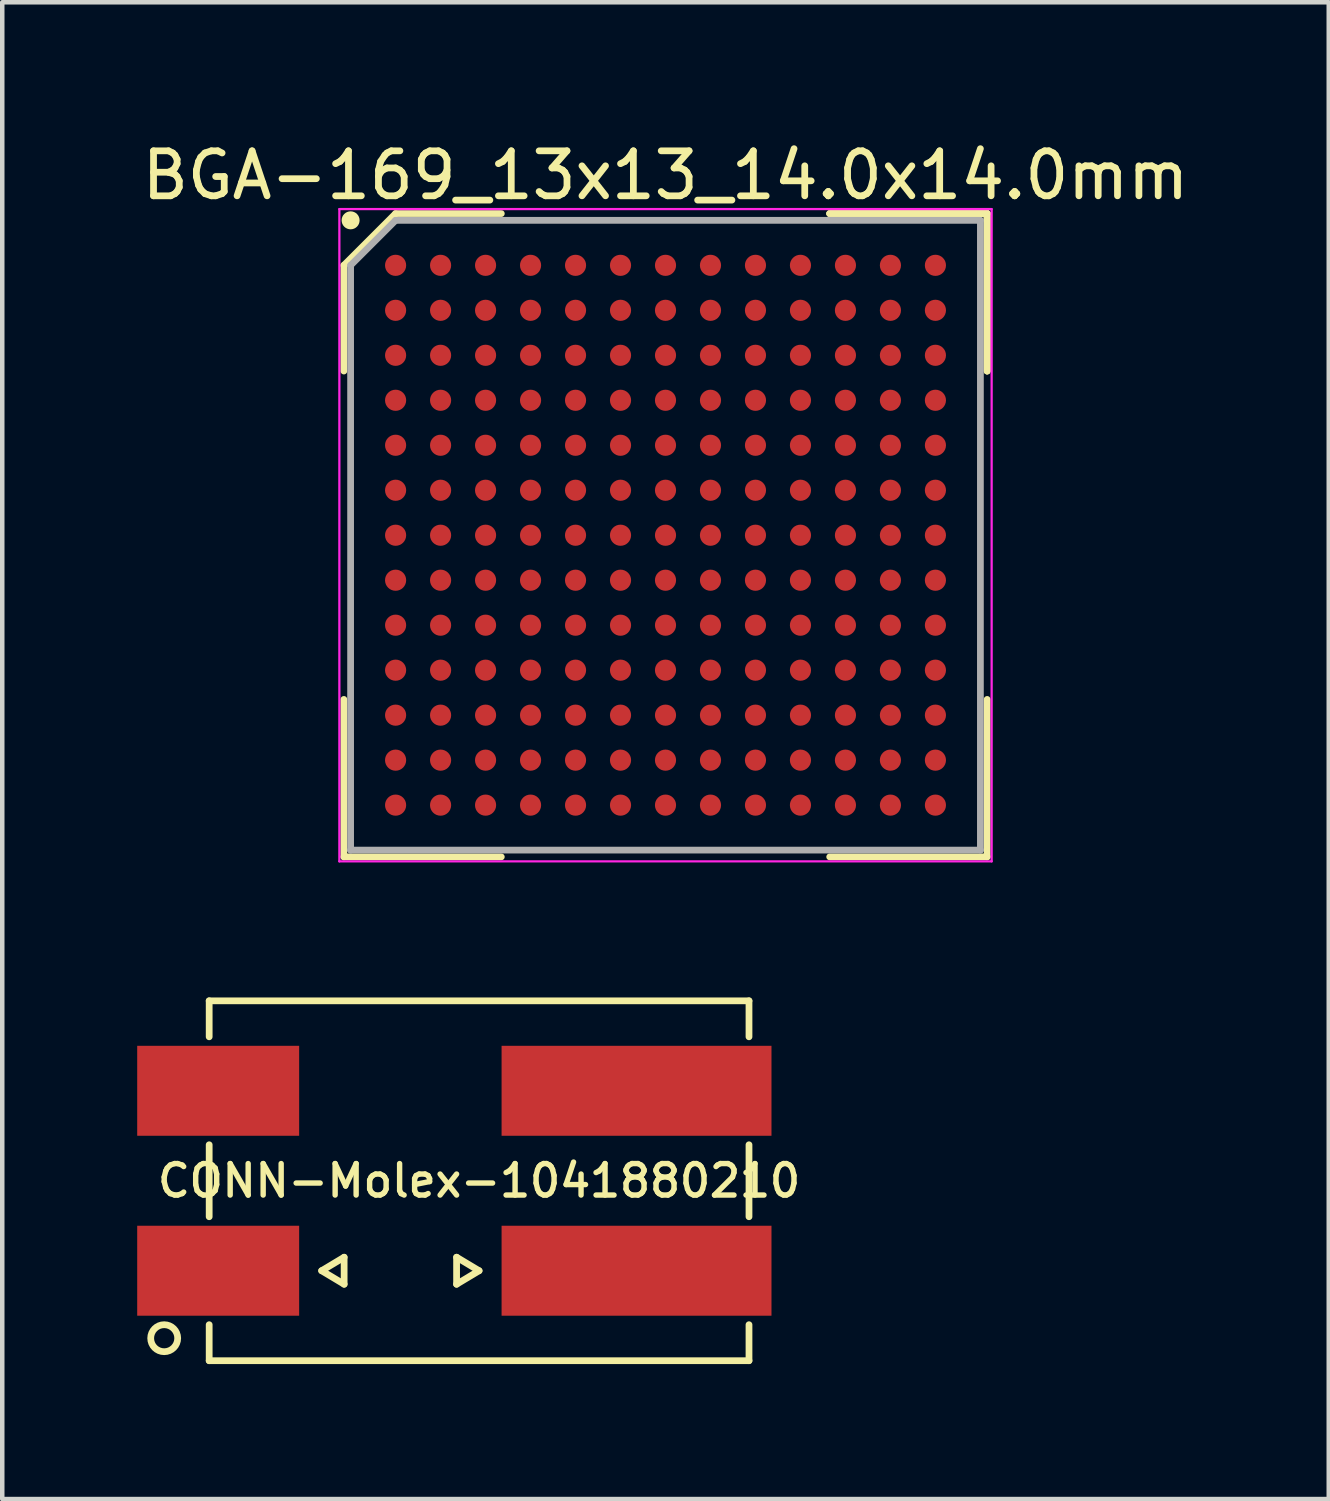
<source format=kicad_pcb>
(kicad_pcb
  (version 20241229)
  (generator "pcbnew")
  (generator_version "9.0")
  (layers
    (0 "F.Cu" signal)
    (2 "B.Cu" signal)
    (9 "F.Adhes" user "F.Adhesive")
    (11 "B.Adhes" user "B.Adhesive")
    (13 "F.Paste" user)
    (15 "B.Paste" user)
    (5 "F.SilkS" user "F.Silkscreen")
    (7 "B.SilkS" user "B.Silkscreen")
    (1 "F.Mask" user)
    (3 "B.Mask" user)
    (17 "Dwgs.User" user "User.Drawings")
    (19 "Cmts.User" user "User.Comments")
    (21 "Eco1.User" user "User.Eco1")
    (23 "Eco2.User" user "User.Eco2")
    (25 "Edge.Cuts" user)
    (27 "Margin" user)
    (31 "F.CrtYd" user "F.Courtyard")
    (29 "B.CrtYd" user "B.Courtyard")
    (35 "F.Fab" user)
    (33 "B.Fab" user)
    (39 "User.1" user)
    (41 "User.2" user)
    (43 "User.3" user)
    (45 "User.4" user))
  (footprint "BGA-169_13x13_14.0x14.0mm"
    (layer "F.Cu")
    (at 11.744 8.848)
    (property "Reference" "BGA-169_13x13_14.0x14.0mm" (at 0 -8 0) (layer "F.SilkS") (effects (font (size 1 1) (thickness 0.15))))
    (attr smd)
    (fp_line (start -7.15 -6) (end -7.15 -3.65) (stroke (width 0.15) (type solid)) (layer "F.SilkS"))
    (fp_line (start -7.15 7.15) (end -7.15 3.65) (stroke (width 0.15) (type solid)) (layer "F.SilkS"))
    (fp_line (start -6 -7.15) (end -7.15 -6) (stroke (width 0.15) (type solid)) (layer "F.SilkS"))
    (fp_line (start -3.65 -7.15) (end -6 -7.15) (stroke (width 0.15) (type solid)) (layer "F.SilkS"))
    (fp_line (start -3.65 7.15) (end -7.15 7.15) (stroke (width 0.15) (type solid)) (layer "F.SilkS"))
    (fp_line (start 3.65 -7.15) (end 7.15 -7.15) (stroke (width 0.15) (type solid)) (layer "F.SilkS"))
    (fp_line (start 3.65 -7.15) (end 7.15 -7.15) (stroke (width 0.15) (type solid)) (layer "F.SilkS"))
    (fp_line (start 3.65 -7.15) (end 7.15 -7.15) (stroke (width 0.15) (type solid)) (layer "F.SilkS"))
    (fp_line (start 3.65 7.15) (end 7.15 7.15) (stroke (width 0.15) (type solid)) (layer "F.SilkS"))
    (fp_line (start 7.15 -7.15) (end 7.15 -3.65) (stroke (width 0.15) (type solid)) (layer "F.SilkS"))
    (fp_line (start 7.15 -7.15) (end 7.15 -3.65) (stroke (width 0.15) (type solid)) (layer "F.SilkS"))
    (fp_line (start 7.15 -7.15) (end 7.15 -3.65) (stroke (width 0.15) (type solid)) (layer "F.SilkS"))
    (fp_line (start 7.15 7.15) (end 7.15 3.65) (stroke (width 0.15) (type solid)) (layer "F.SilkS"))
    (fp_circle (center -7 -7) (end -7 -6.9) (stroke (width 0.2) (type solid)) (fill no) (layer "F.SilkS"))
    (fp_line (start -7.25 -7.25) (end 7.25 -7.25) (stroke (width 0.05) (type solid)) (layer "F.CrtYd"))
    (fp_line (start -7.25 7.25) (end -7.25 -7.25) (stroke (width 0.05) (type solid)) (layer "F.CrtYd"))
    (fp_line (start 7.25 -7.25) (end 7.25 7.25) (stroke (width 0.05) (type solid)) (layer "F.CrtYd"))
    (fp_line (start 7.25 7.25) (end -7.25 7.25) (stroke (width 0.05) (type solid)) (layer "F.CrtYd"))
    (fp_line (start -7 -6) (end -7 7) (stroke (width 0.15) (type solid)) (layer "F.Fab"))
    (fp_line (start -7 7) (end 7 7) (stroke (width 0.15) (type solid)) (layer "F.Fab"))
    (fp_line (start -6 -7) (end -7 -6) (stroke (width 0.15) (type solid)) (layer "F.Fab"))
    (fp_line (start 7 -7) (end -6 -7) (stroke (width 0.15) (type solid)) (layer "F.Fab"))
    (fp_line (start 7 7) (end 7 -7) (stroke (width 0.15) (type solid)) (layer "F.Fab"))
    (pad "A1" smd circle (at -6 -6) (size 0.47 0.47) (layers "F.Cu" "F.Mask" "F.Paste"))
    (pad "A2" smd circle (at -5 -6) (size 0.47 0.47) (layers "F.Cu" "F.Mask" "F.Paste"))
    (pad "A3" smd circle (at -4 -6) (size 0.47 0.47) (layers "F.Cu" "F.Mask" "F.Paste"))
    (pad "A4" smd circle (at -3 -6) (size 0.47 0.47) (layers "F.Cu" "F.Mask" "F.Paste"))
    (pad "A5" smd circle (at -2 -6) (size 0.47 0.47) (layers "F.Cu" "F.Mask" "F.Paste"))
    (pad "A6" smd circle (at -1 -6) (size 0.47 0.47) (layers "F.Cu" "F.Mask" "F.Paste"))
    (pad "A7" smd circle (at 0 -6) (size 0.47 0.47) (layers "F.Cu" "F.Mask" "F.Paste"))
    (pad "A8" smd circle (at 1 -6) (size 0.47 0.47) (layers "F.Cu" "F.Mask" "F.Paste"))
    (pad "A9" smd circle (at 2 -6) (size 0.47 0.47) (layers "F.Cu" "F.Mask" "F.Paste"))
    (pad "A10" smd circle (at 3 -6) (size 0.47 0.47) (layers "F.Cu" "F.Mask" "F.Paste"))
    (pad "A11" smd circle (at 4 -6) (size 0.47 0.47) (layers "F.Cu" "F.Mask" "F.Paste"))
    (pad "A12" smd circle (at 5 -6) (size 0.47 0.47) (layers "F.Cu" "F.Mask" "F.Paste"))
    (pad "A13" smd circle (at 6 -6) (size 0.47 0.47) (layers "F.Cu" "F.Mask" "F.Paste"))
    (pad "B1" smd circle (at -6 -5) (size 0.47 0.47) (layers "F.Cu" "F.Mask" "F.Paste"))
    (pad "B2" smd circle (at -5 -5) (size 0.47 0.47) (layers "F.Cu" "F.Mask" "F.Paste"))
    (pad "B3" smd circle (at -4 -5) (size 0.47 0.47) (layers "F.Cu" "F.Mask" "F.Paste"))
    (pad "B4" smd circle (at -3 -5) (size 0.47 0.47) (layers "F.Cu" "F.Mask" "F.Paste"))
    (pad "B5" smd circle (at -2 -5) (size 0.47 0.47) (layers "F.Cu" "F.Mask" "F.Paste"))
    (pad "B6" smd circle (at -1 -5) (size 0.47 0.47) (layers "F.Cu" "F.Mask" "F.Paste"))
    (pad "B7" smd circle (at 0 -5) (size 0.47 0.47) (layers "F.Cu" "F.Mask" "F.Paste"))
    (pad "B8" smd circle (at 1 -5) (size 0.47 0.47) (layers "F.Cu" "F.Mask" "F.Paste"))
    (pad "B9" smd circle (at 2 -5) (size 0.47 0.47) (layers "F.Cu" "F.Mask" "F.Paste"))
    (pad "B10" smd circle (at 3 -5) (size 0.47 0.47) (layers "F.Cu" "F.Mask" "F.Paste"))
    (pad "B11" smd circle (at 4 -5) (size 0.47 0.47) (layers "F.Cu" "F.Mask" "F.Paste"))
    (pad "B12" smd circle (at 5 -5) (size 0.47 0.47) (layers "F.Cu" "F.Mask" "F.Paste"))
    (pad "B13" smd circle (at 6 -5) (size 0.47 0.47) (layers "F.Cu" "F.Mask" "F.Paste"))
    (pad "C1" smd circle (at -6 -4) (size 0.47 0.47) (layers "F.Cu" "F.Mask" "F.Paste"))
    (pad "C2" smd circle (at -5 -4) (size 0.47 0.47) (layers "F.Cu" "F.Mask" "F.Paste"))
    (pad "C3" smd circle (at -4 -4) (size 0.47 0.47) (layers "F.Cu" "F.Mask" "F.Paste"))
    (pad "C4" smd circle (at -3 -4) (size 0.47 0.47) (layers "F.Cu" "F.Mask" "F.Paste"))
    (pad "C5" smd circle (at -2 -4) (size 0.47 0.47) (layers "F.Cu" "F.Mask" "F.Paste"))
    (pad "C6" smd circle (at -1 -4) (size 0.47 0.47) (layers "F.Cu" "F.Mask" "F.Paste"))
    (pad "C7" smd circle (at 0 -4) (size 0.47 0.47) (layers "F.Cu" "F.Mask" "F.Paste"))
    (pad "C8" smd circle (at 1 -4) (size 0.47 0.47) (layers "F.Cu" "F.Mask" "F.Paste"))
    (pad "C9" smd circle (at 2 -4) (size 0.47 0.47) (layers "F.Cu" "F.Mask" "F.Paste"))
    (pad "C10" smd circle (at 3 -4) (size 0.47 0.47) (layers "F.Cu" "F.Mask" "F.Paste"))
    (pad "C11" smd circle (at 4 -4) (size 0.47 0.47) (layers "F.Cu" "F.Mask" "F.Paste"))
    (pad "C12" smd circle (at 5 -4) (size 0.47 0.47) (layers "F.Cu" "F.Mask" "F.Paste"))
    (pad "C13" smd circle (at 6 -4) (size 0.47 0.47) (layers "F.Cu" "F.Mask" "F.Paste"))
    (pad "D1" smd circle (at -6 -3) (size 0.47 0.47) (layers "F.Cu" "F.Mask" "F.Paste"))
    (pad "D2" smd circle (at -5 -3) (size 0.47 0.47) (layers "F.Cu" "F.Mask" "F.Paste"))
    (pad "D3" smd circle (at -4 -3) (size 0.47 0.47) (layers "F.Cu" "F.Mask" "F.Paste"))
    (pad "D4" smd circle (at -3 -3) (size 0.47 0.47) (layers "F.Cu" "F.Mask" "F.Paste"))
    (pad "D5" smd circle (at -2 -3) (size 0.47 0.47) (layers "F.Cu" "F.Mask" "F.Paste"))
    (pad "D6" smd circle (at -1 -3) (size 0.47 0.47) (layers "F.Cu" "F.Mask" "F.Paste"))
    (pad "D7" smd circle (at 0 -3) (size 0.47 0.47) (layers "F.Cu" "F.Mask" "F.Paste"))
    (pad "D8" smd circle (at 1 -3) (size 0.47 0.47) (layers "F.Cu" "F.Mask" "F.Paste"))
    (pad "D9" smd circle (at 2 -3) (size 0.47 0.47) (layers "F.Cu" "F.Mask" "F.Paste"))
    (pad "D10" smd circle (at 3 -3) (size 0.47 0.47) (layers "F.Cu" "F.Mask" "F.Paste"))
    (pad "D11" smd circle (at 4 -3) (size 0.47 0.47) (layers "F.Cu" "F.Mask" "F.Paste"))
    (pad "D12" smd circle (at 5 -3) (size 0.47 0.47) (layers "F.Cu" "F.Mask" "F.Paste"))
    (pad "D13" smd circle (at 6 -3) (size 0.47 0.47) (layers "F.Cu" "F.Mask" "F.Paste"))
    (pad "E1" smd circle (at -6 -2) (size 0.47 0.47) (layers "F.Cu" "F.Mask" "F.Paste"))
    (pad "E2" smd circle (at -5 -2) (size 0.47 0.47) (layers "F.Cu" "F.Mask" "F.Paste"))
    (pad "E3" smd circle (at -4 -2) (size 0.47 0.47) (layers "F.Cu" "F.Mask" "F.Paste"))
    (pad "E4" smd circle (at -3 -2) (size 0.47 0.47) (layers "F.Cu" "F.Mask" "F.Paste"))
    (pad "E5" smd circle (at -2 -2) (size 0.47 0.47) (layers "F.Cu" "F.Mask" "F.Paste"))
    (pad "E6" smd circle (at -1 -2) (size 0.47 0.47) (layers "F.Cu" "F.Mask" "F.Paste"))
    (pad "E7" smd circle (at 0 -2) (size 0.47 0.47) (layers "F.Cu" "F.Mask" "F.Paste"))
    (pad "E8" smd circle (at 1 -2) (size 0.47 0.47) (layers "F.Cu" "F.Mask" "F.Paste"))
    (pad "E9" smd circle (at 2 -2) (size 0.47 0.47) (layers "F.Cu" "F.Mask" "F.Paste"))
    (pad "E10" smd circle (at 3 -2) (size 0.47 0.47) (layers "F.Cu" "F.Mask" "F.Paste"))
    (pad "E11" smd circle (at 4 -2) (size 0.47 0.47) (layers "F.Cu" "F.Mask" "F.Paste"))
    (pad "E12" smd circle (at 5 -2) (size 0.47 0.47) (layers "F.Cu" "F.Mask" "F.Paste"))
    (pad "E13" smd circle (at 6 -2) (size 0.47 0.47) (layers "F.Cu" "F.Mask" "F.Paste"))
    (pad "F1" smd circle (at -6 -1) (size 0.47 0.47) (layers "F.Cu" "F.Mask" "F.Paste"))
    (pad "F2" smd circle (at -5 -1) (size 0.47 0.47) (layers "F.Cu" "F.Mask" "F.Paste"))
    (pad "F3" smd circle (at -4 -1) (size 0.47 0.47) (layers "F.Cu" "F.Mask" "F.Paste"))
    (pad "F4" smd circle (at -3 -1) (size 0.47 0.47) (layers "F.Cu" "F.Mask" "F.Paste"))
    (pad "F5" smd circle (at -2 -1) (size 0.47 0.47) (layers "F.Cu" "F.Mask" "F.Paste"))
    (pad "F6" smd circle (at -1 -1) (size 0.47 0.47) (layers "F.Cu" "F.Mask" "F.Paste"))
    (pad "F7" smd circle (at 0 -1) (size 0.47 0.47) (layers "F.Cu" "F.Mask" "F.Paste"))
    (pad "F8" smd circle (at 1 -1) (size 0.47 0.47) (layers "F.Cu" "F.Mask" "F.Paste"))
    (pad "F9" smd circle (at 2 -1) (size 0.47 0.47) (layers "F.Cu" "F.Mask" "F.Paste"))
    (pad "F10" smd circle (at 3 -1) (size 0.47 0.47) (layers "F.Cu" "F.Mask" "F.Paste"))
    (pad "F11" smd circle (at 4 -1) (size 0.47 0.47) (layers "F.Cu" "F.Mask" "F.Paste"))
    (pad "F12" smd circle (at 5 -1) (size 0.47 0.47) (layers "F.Cu" "F.Mask" "F.Paste"))
    (pad "F13" smd circle (at 6 -1) (size 0.47 0.47) (layers "F.Cu" "F.Mask" "F.Paste"))
    (pad "G1" smd circle (at -6 0) (size 0.47 0.47) (layers "F.Cu" "F.Mask" "F.Paste"))
    (pad "G2" smd circle (at -5 0) (size 0.47 0.47) (layers "F.Cu" "F.Mask" "F.Paste"))
    (pad "G3" smd circle (at -4 0) (size 0.47 0.47) (layers "F.Cu" "F.Mask" "F.Paste"))
    (pad "G4" smd circle (at -3 0) (size 0.47 0.47) (layers "F.Cu" "F.Mask" "F.Paste"))
    (pad "G5" smd circle (at -2 0) (size 0.47 0.47) (layers "F.Cu" "F.Mask" "F.Paste"))
    (pad "G6" smd circle (at -1 0) (size 0.47 0.47) (layers "F.Cu" "F.Mask" "F.Paste"))
    (pad "G7" smd circle (at 0 0) (size 0.47 0.47) (layers "F.Cu" "F.Mask" "F.Paste"))
    (pad "G8" smd circle (at 1 0) (size 0.47 0.47) (layers "F.Cu" "F.Mask" "F.Paste"))
    (pad "G9" smd circle (at 2 0) (size 0.47 0.47) (layers "F.Cu" "F.Mask" "F.Paste"))
    (pad "G10" smd circle (at 3 0) (size 0.47 0.47) (layers "F.Cu" "F.Mask" "F.Paste"))
    (pad "G11" smd circle (at 4 0) (size 0.47 0.47) (layers "F.Cu" "F.Mask" "F.Paste"))
    (pad "G12" smd circle (at 5 0) (size 0.47 0.47) (layers "F.Cu" "F.Mask" "F.Paste"))
    (pad "G13" smd circle (at 6 0) (size 0.47 0.47) (layers "F.Cu" "F.Mask" "F.Paste"))
    (pad "H1" smd circle (at -6 1) (size 0.47 0.47) (layers "F.Cu" "F.Mask" "F.Paste"))
    (pad "H2" smd circle (at -5 1) (size 0.47 0.47) (layers "F.Cu" "F.Mask" "F.Paste"))
    (pad "H3" smd circle (at -4 1) (size 0.47 0.47) (layers "F.Cu" "F.Mask" "F.Paste"))
    (pad "H4" smd circle (at -3 1) (size 0.47 0.47) (layers "F.Cu" "F.Mask" "F.Paste"))
    (pad "H5" smd circle (at -2 1) (size 0.47 0.47) (layers "F.Cu" "F.Mask" "F.Paste"))
    (pad "H6" smd circle (at -1 1) (size 0.47 0.47) (layers "F.Cu" "F.Mask" "F.Paste"))
    (pad "H7" smd circle (at 0 1) (size 0.47 0.47) (layers "F.Cu" "F.Mask" "F.Paste"))
    (pad "H8" smd circle (at 1 1) (size 0.47 0.47) (layers "F.Cu" "F.Mask" "F.Paste"))
    (pad "H9" smd circle (at 2 1) (size 0.47 0.47) (layers "F.Cu" "F.Mask" "F.Paste"))
    (pad "H10" smd circle (at 3 1) (size 0.47 0.47) (layers "F.Cu" "F.Mask" "F.Paste"))
    (pad "H11" smd circle (at 4 1) (size 0.47 0.47) (layers "F.Cu" "F.Mask" "F.Paste"))
    (pad "H12" smd circle (at 5 1) (size 0.47 0.47) (layers "F.Cu" "F.Mask" "F.Paste"))
    (pad "H13" smd circle (at 6 1) (size 0.47 0.47) (layers "F.Cu" "F.Mask" "F.Paste"))
    (pad "J1" smd circle (at -6 2) (size 0.47 0.47) (layers "F.Cu" "F.Mask" "F.Paste"))
    (pad "J2" smd circle (at -5 2) (size 0.47 0.47) (layers "F.Cu" "F.Mask" "F.Paste"))
    (pad "J3" smd circle (at -4 2) (size 0.47 0.47) (layers "F.Cu" "F.Mask" "F.Paste"))
    (pad "J4" smd circle (at -3 2) (size 0.47 0.47) (layers "F.Cu" "F.Mask" "F.Paste"))
    (pad "J5" smd circle (at -2 2) (size 0.47 0.47) (layers "F.Cu" "F.Mask" "F.Paste"))
    (pad "J6" smd circle (at -1 2) (size 0.47 0.47) (layers "F.Cu" "F.Mask" "F.Paste"))
    (pad "J7" smd circle (at 0 2) (size 0.47 0.47) (layers "F.Cu" "F.Mask" "F.Paste"))
    (pad "J8" smd circle (at 1 2) (size 0.47 0.47) (layers "F.Cu" "F.Mask" "F.Paste"))
    (pad "J9" smd circle (at 2 2) (size 0.47 0.47) (layers "F.Cu" "F.Mask" "F.Paste"))
    (pad "J10" smd circle (at 3 2) (size 0.47 0.47) (layers "F.Cu" "F.Mask" "F.Paste"))
    (pad "J11" smd circle (at 4 2) (size 0.47 0.47) (layers "F.Cu" "F.Mask" "F.Paste"))
    (pad "J12" smd circle (at 5 2) (size 0.47 0.47) (layers "F.Cu" "F.Mask" "F.Paste"))
    (pad "J13" smd circle (at 6 2) (size 0.47 0.47) (layers "F.Cu" "F.Mask" "F.Paste"))
    (pad "K1" smd circle (at -6 3) (size 0.47 0.47) (layers "F.Cu" "F.Mask" "F.Paste"))
    (pad "K2" smd circle (at -5 3) (size 0.47 0.47) (layers "F.Cu" "F.Mask" "F.Paste"))
    (pad "K3" smd circle (at -4 3) (size 0.47 0.47) (layers "F.Cu" "F.Mask" "F.Paste"))
    (pad "K4" smd circle (at -3 3) (size 0.47 0.47) (layers "F.Cu" "F.Mask" "F.Paste"))
    (pad "K5" smd circle (at -2 3) (size 0.47 0.47) (layers "F.Cu" "F.Mask" "F.Paste"))
    (pad "K6" smd circle (at -1 3) (size 0.47 0.47) (layers "F.Cu" "F.Mask" "F.Paste"))
    (pad "K7" smd circle (at 0 3) (size 0.47 0.47) (layers "F.Cu" "F.Mask" "F.Paste"))
    (pad "K8" smd circle (at 1 3) (size 0.47 0.47) (layers "F.Cu" "F.Mask" "F.Paste"))
    (pad "K9" smd circle (at 2 3) (size 0.47 0.47) (layers "F.Cu" "F.Mask" "F.Paste"))
    (pad "K10" smd circle (at 3 3) (size 0.47 0.47) (layers "F.Cu" "F.Mask" "F.Paste"))
    (pad "K11" smd circle (at 4 3) (size 0.47 0.47) (layers "F.Cu" "F.Mask" "F.Paste"))
    (pad "K12" smd circle (at 5 3) (size 0.47 0.47) (layers "F.Cu" "F.Mask" "F.Paste"))
    (pad "K13" smd circle (at 6 3) (size 0.47 0.47) (layers "F.Cu" "F.Mask" "F.Paste"))
    (pad "L1" smd circle (at -6 4) (size 0.47 0.47) (layers "F.Cu" "F.Mask" "F.Paste"))
    (pad "L2" smd circle (at -5 4) (size 0.47 0.47) (layers "F.Cu" "F.Mask" "F.Paste"))
    (pad "L3" smd circle (at -4 4) (size 0.47 0.47) (layers "F.Cu" "F.Mask" "F.Paste"))
    (pad "L4" smd circle (at -3 4) (size 0.47 0.47) (layers "F.Cu" "F.Mask" "F.Paste"))
    (pad "L5" smd circle (at -2 4) (size 0.47 0.47) (layers "F.Cu" "F.Mask" "F.Paste"))
    (pad "L6" smd circle (at -1 4) (size 0.47 0.47) (layers "F.Cu" "F.Mask" "F.Paste"))
    (pad "L7" smd circle (at 0 4) (size 0.47 0.47) (layers "F.Cu" "F.Mask" "F.Paste"))
    (pad "L8" smd circle (at 1 4) (size 0.47 0.47) (layers "F.Cu" "F.Mask" "F.Paste"))
    (pad "L9" smd circle (at 2 4) (size 0.47 0.47) (layers "F.Cu" "F.Mask" "F.Paste"))
    (pad "L10" smd circle (at 3 4) (size 0.47 0.47) (layers "F.Cu" "F.Mask" "F.Paste"))
    (pad "L11" smd circle (at 4 4) (size 0.47 0.47) (layers "F.Cu" "F.Mask" "F.Paste"))
    (pad "L12" smd circle (at 5 4) (size 0.47 0.47) (layers "F.Cu" "F.Mask" "F.Paste"))
    (pad "L13" smd circle (at 6 4) (size 0.47 0.47) (layers "F.Cu" "F.Mask" "F.Paste"))
    (pad "M1" smd circle (at -6 5) (size 0.47 0.47) (layers "F.Cu" "F.Mask" "F.Paste"))
    (pad "M2" smd circle (at -5 5) (size 0.47 0.47) (layers "F.Cu" "F.Mask" "F.Paste"))
    (pad "M3" smd circle (at -4 5) (size 0.47 0.47) (layers "F.Cu" "F.Mask" "F.Paste"))
    (pad "M4" smd circle (at -3 5) (size 0.47 0.47) (layers "F.Cu" "F.Mask" "F.Paste"))
    (pad "M5" smd circle (at -2 5) (size 0.47 0.47) (layers "F.Cu" "F.Mask" "F.Paste"))
    (pad "M6" smd circle (at -1 5) (size 0.47 0.47) (layers "F.Cu" "F.Mask" "F.Paste"))
    (pad "M7" smd circle (at 0 5) (size 0.47 0.47) (layers "F.Cu" "F.Mask" "F.Paste"))
    (pad "M8" smd circle (at 1 5) (size 0.47 0.47) (layers "F.Cu" "F.Mask" "F.Paste"))
    (pad "M9" smd circle (at 2 5) (size 0.47 0.47) (layers "F.Cu" "F.Mask" "F.Paste"))
    (pad "M10" smd circle (at 3 5) (size 0.47 0.47) (layers "F.Cu" "F.Mask" "F.Paste"))
    (pad "M11" smd circle (at 4 5) (size 0.47 0.47) (layers "F.Cu" "F.Mask" "F.Paste"))
    (pad "M12" smd circle (at 5 5) (size 0.47 0.47) (layers "F.Cu" "F.Mask" "F.Paste"))
    (pad "M13" smd circle (at 6 5) (size 0.47 0.47) (layers "F.Cu" "F.Mask" "F.Paste"))
    (pad "N1" smd circle (at -6 6) (size 0.47 0.47) (layers "F.Cu" "F.Mask" "F.Paste"))
    (pad "N2" smd circle (at -5 6) (size 0.47 0.47) (layers "F.Cu" "F.Mask" "F.Paste"))
    (pad "N3" smd circle (at -4 6) (size 0.47 0.47) (layers "F.Cu" "F.Mask" "F.Paste"))
    (pad "N4" smd circle (at -3 6) (size 0.47 0.47) (layers "F.Cu" "F.Mask" "F.Paste"))
    (pad "N5" smd circle (at -2 6) (size 0.47 0.47) (layers "F.Cu" "F.Mask" "F.Paste"))
    (pad "N6" smd circle (at -1 6) (size 0.47 0.47) (layers "F.Cu" "F.Mask" "F.Paste"))
    (pad "N7" smd circle (at 0 6) (size 0.47 0.47) (layers "F.Cu" "F.Mask" "F.Paste"))
    (pad "N8" smd circle (at 1 6) (size 0.47 0.47) (layers "F.Cu" "F.Mask" "F.Paste"))
    (pad "N9" smd circle (at 2 6) (size 0.47 0.47) (layers "F.Cu" "F.Mask" "F.Paste"))
    (pad "N10" smd circle (at 3 6) (size 0.47 0.47) (layers "F.Cu" "F.Mask" "F.Paste"))
    (pad "N11" smd circle (at 4 6) (size 0.47 0.47) (layers "F.Cu" "F.Mask" "F.Paste"))
    (pad "N12" smd circle (at 5 6) (size 0.47 0.47) (layers "F.Cu" "F.Mask" "F.Paste"))
    (pad "N13" smd circle (at 6 6) (size 0.47 0.47) (layers "F.Cu" "F.Mask" "F.Paste")))
  (footprint "CONN-Molex-1041880210"
    (layer "F.Cu")
    (at 7.6 23.198)
    (property "Reference" "CONN-Molex-1041880210" (at 0 0 0) (layer "F.SilkS") (effects (font (size 0.7 0.7) (thickness 0.12))))
    (attr through_hole)
    (fp_line (start -6 -4) (end -6 -3.2) (stroke (width 0.15) (type solid)) (layer "F.SilkS"))
    (fp_line (start -6 -0.8) (end -6 0.8) (stroke (width 0.15) (type solid)) (layer "F.SilkS"))
    (fp_line (start -6 4) (end -6 3.2) (stroke (width 0.15) (type solid)) (layer "F.SilkS"))
    (fp_line (start -3.5 2) (end -3 1.7) (stroke (width 0.15) (type solid)) (layer "F.SilkS"))
    (fp_line (start -3 1.7) (end -3 2.3) (stroke (width 0.15) (type solid)) (layer "F.SilkS"))
    (fp_line (start -3 2.3) (end -3.5 2) (stroke (width 0.15) (type solid)) (layer "F.SilkS"))
    (fp_line (start -0.5 1.7) (end 0 2) (stroke (width 0.15) (type solid)) (layer "F.SilkS"))
    (fp_line (start -0.5 2.3) (end -0.5 1.7) (stroke (width 0.15) (type solid)) (layer "F.SilkS"))
    (fp_line (start 0 2) (end -0.5 2.3) (stroke (width 0.15) (type solid)) (layer "F.SilkS"))
    (fp_line (start 6 -4) (end -6 -4) (stroke (width 0.15) (type solid)) (layer "F.SilkS"))
    (fp_line (start 6 -4) (end 6 -3.2) (stroke (width 0.15) (type solid)) (layer "F.SilkS"))
    (fp_line (start 6 -0.8) (end 6 0.8) (stroke (width 0.15) (type solid)) (layer "F.SilkS"))
    (fp_line (start 6 4) (end -6 4) (stroke (width 0.15) (type solid)) (layer "F.SilkS"))
    (fp_line (start 6 4) (end 6 3.2) (stroke (width 0.15) (type solid)) (layer "F.SilkS"))
    (fp_circle (center -7 3.5) (end -6.7 3.5) (stroke (width 0.15) (type solid)) (fill no) (layer "F.SilkS"))
    (pad "1" smd rect (at -5.8 2) (size 3.6 2) (layers "F.Cu" "F.Mask" "F.Paste"))
    (pad "1" smd rect (at 3.5 2) (size 6 2) (layers "F.Cu" "F.Mask" "F.Paste"))
    (pad "2" smd rect (at -5.8 -2) (size 3.6 2) (layers "F.Cu" "F.Mask" "F.Paste"))
    (pad "2" smd rect (at 3.5 -2) (size 6 2) (layers "F.Cu" "F.Mask" "F.Paste")))
  (gr_rect
    (start -3 -3)
    (end 26.488 30.273)
    (stroke (width 0.1) (type default))
    (fill no)
    (layer "Edge.Cuts")))
</source>
